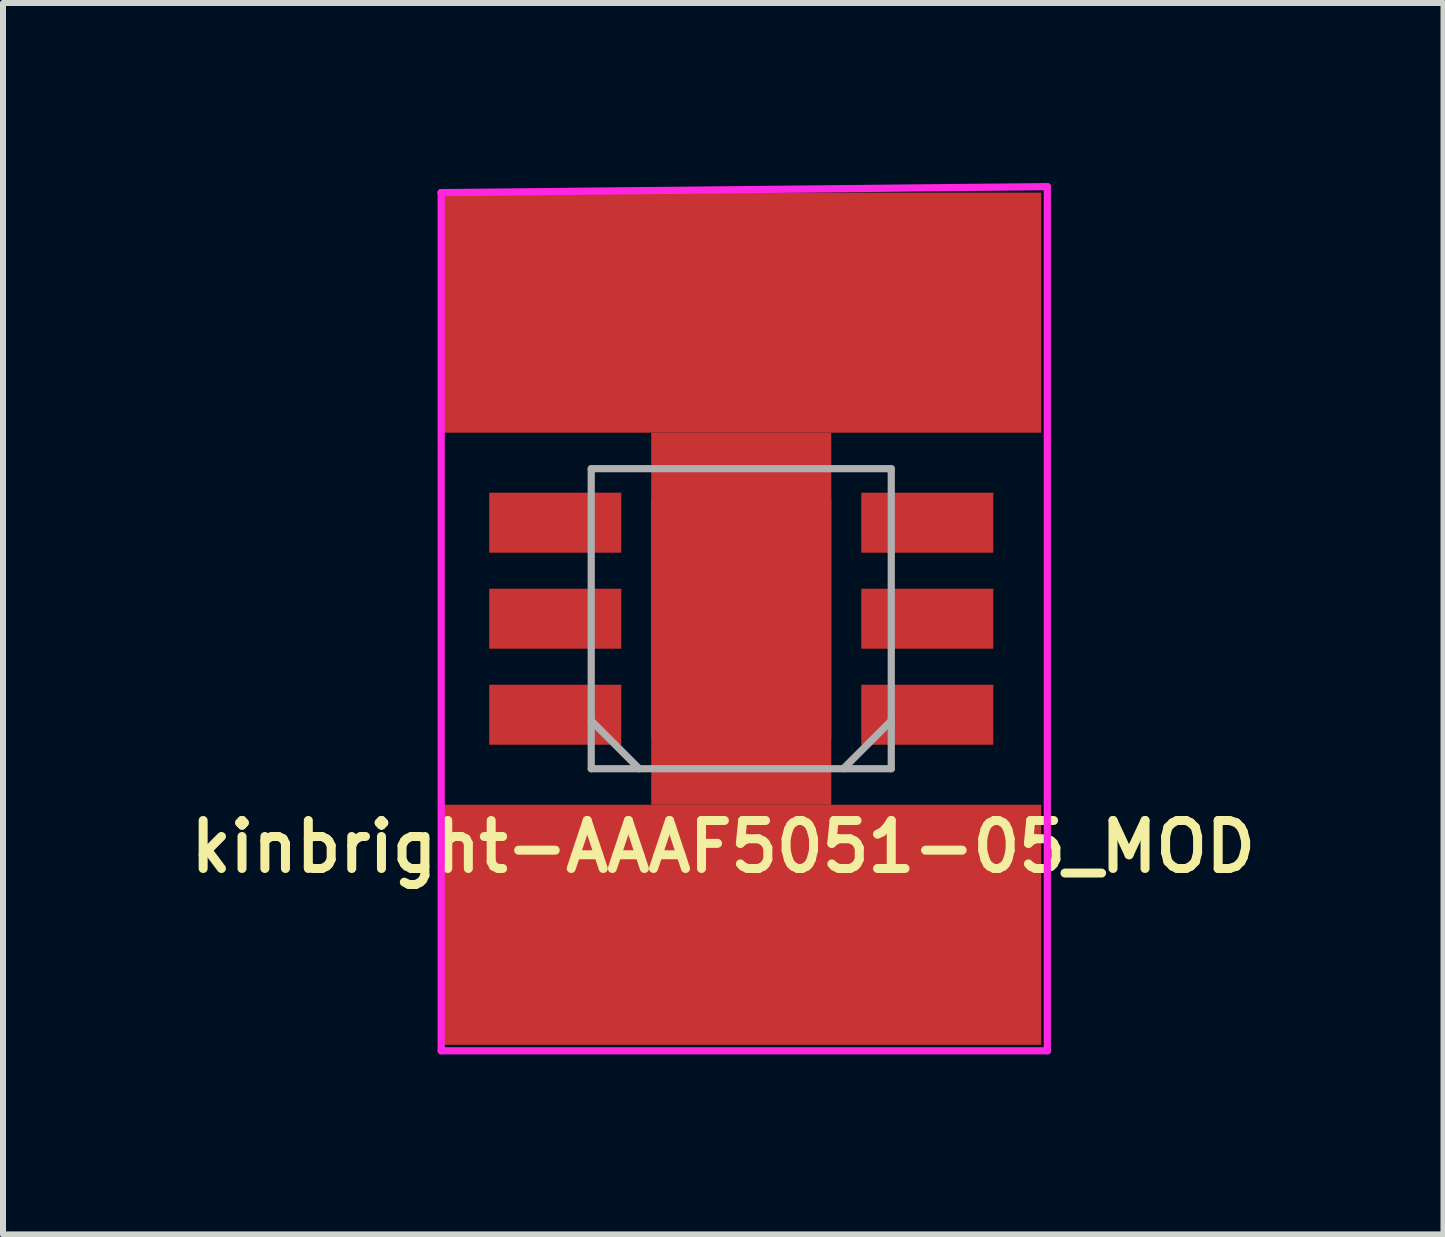
<source format=kicad_pcb>
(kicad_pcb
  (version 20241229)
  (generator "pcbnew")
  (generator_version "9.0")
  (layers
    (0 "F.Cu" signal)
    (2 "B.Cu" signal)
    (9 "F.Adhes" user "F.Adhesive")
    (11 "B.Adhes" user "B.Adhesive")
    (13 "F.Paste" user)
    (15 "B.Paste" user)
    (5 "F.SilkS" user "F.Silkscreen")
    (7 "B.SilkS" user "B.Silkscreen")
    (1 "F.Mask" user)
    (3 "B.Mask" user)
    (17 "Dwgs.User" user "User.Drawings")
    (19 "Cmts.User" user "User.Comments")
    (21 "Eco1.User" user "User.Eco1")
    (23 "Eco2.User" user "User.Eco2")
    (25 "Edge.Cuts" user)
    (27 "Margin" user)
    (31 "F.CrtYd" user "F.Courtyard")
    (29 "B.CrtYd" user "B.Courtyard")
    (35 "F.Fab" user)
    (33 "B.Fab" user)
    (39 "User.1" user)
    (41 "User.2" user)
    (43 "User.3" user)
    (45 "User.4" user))
  (footprint "kinbright-AAAF5051-05_MOD"
    (layer "F.Cu")
    (at 9.302 7.26)
    (property "Reference" "kinbright-AAAF5051-05_MOD" (at -0.3 3.8 180) (layer "F.SilkS") (effects (font (size 0.8 0.8) (thickness 0.15))))
    (attr through_hole)
    (fp_line (start -5 -7.1) (end -5 -7.1) (stroke (width 0.12) (type solid)) (layer "F.CrtYd"))
    (fp_line (start -5 -7.1) (end 5.1 -7.2) (stroke (width 0.12) (type solid)) (layer "F.CrtYd"))
    (fp_line (start -5 7.2) (end -5 -7.1) (stroke (width 0.12) (type solid)) (layer "F.CrtYd"))
    (fp_line (start 5.1 -7.2) (end 5.1 7.2) (stroke (width 0.12) (type solid)) (layer "F.CrtYd"))
    (fp_line (start 5.1 7.2) (end -5 7.2) (stroke (width 0.12) (type solid)) (layer "F.CrtYd"))
    (fp_line (start -2.5 -2.5) (end 2.5 -2.5) (stroke (width 0.12) (type solid)) (layer "F.Fab"))
    (fp_line (start -2.5 1.7) (end -1.7 2.5) (stroke (width 0.12) (type solid)) (layer "F.Fab"))
    (fp_line (start -2.5 2.5) (end -2.5 -2.5) (stroke (width 0.12) (type solid)) (layer "F.Fab"))
    (fp_line (start 2.5 -2.5) (end 2.5 2.5) (stroke (width 0.12) (type solid)) (layer "F.Fab"))
    (fp_line (start 2.5 1.7) (end 1.7 2.5) (stroke (width 0.12) (type solid)) (layer "F.Fab"))
    (fp_line (start 2.5 2.5) (end -2.5 2.5) (stroke (width 0.12) (type solid)) (layer "F.Fab"))
    (pad "1" smd rect (at 3.1 1.6) (size 2.2 1) (layers "F.Cu" "F.Mask" "F.Paste"))
    (pad "2" smd rect (at 3.1 0) (size 2.2 1) (layers "F.Cu" "F.Mask" "F.Paste"))
    (pad "3" smd rect (at 3.1 -1.6) (size 2.2 1) (layers "F.Cu" "F.Mask" "F.Paste"))
    (pad "4" smd rect (at -3.1 -1.6) (size 2.2 1) (layers "F.Cu" "F.Mask" "F.Paste"))
    (pad "5" smd rect (at -3.1 0) (size 2.2 1) (layers "F.Cu" "F.Mask" "F.Paste"))
    (pad "6" smd rect (at -3.1 1.6) (size 2.2 1) (layers "F.Cu" "F.Mask" "F.Paste"))
    (pad "7" smd rect (at 0 -5.1) (size 10 4) (layers "F.Cu"))
    (pad "7" smd rect (at 0 0) (size 3 4) (layers "F.Cu" "F.Mask" "F.Paste"))
    (pad "7" smd rect (at 0 0 180) (size 3 6.2) (layers "F.Cu"))
    (pad "7" smd rect (at 0 5.1 90) (size 4 10) (layers "F.Cu")))
  (gr_rect
    (start -3 -3)
    (end 21.004 17.52)
    (stroke (width 0.1) (type default))
    (fill no)
    (layer "Edge.Cuts")))
</source>
